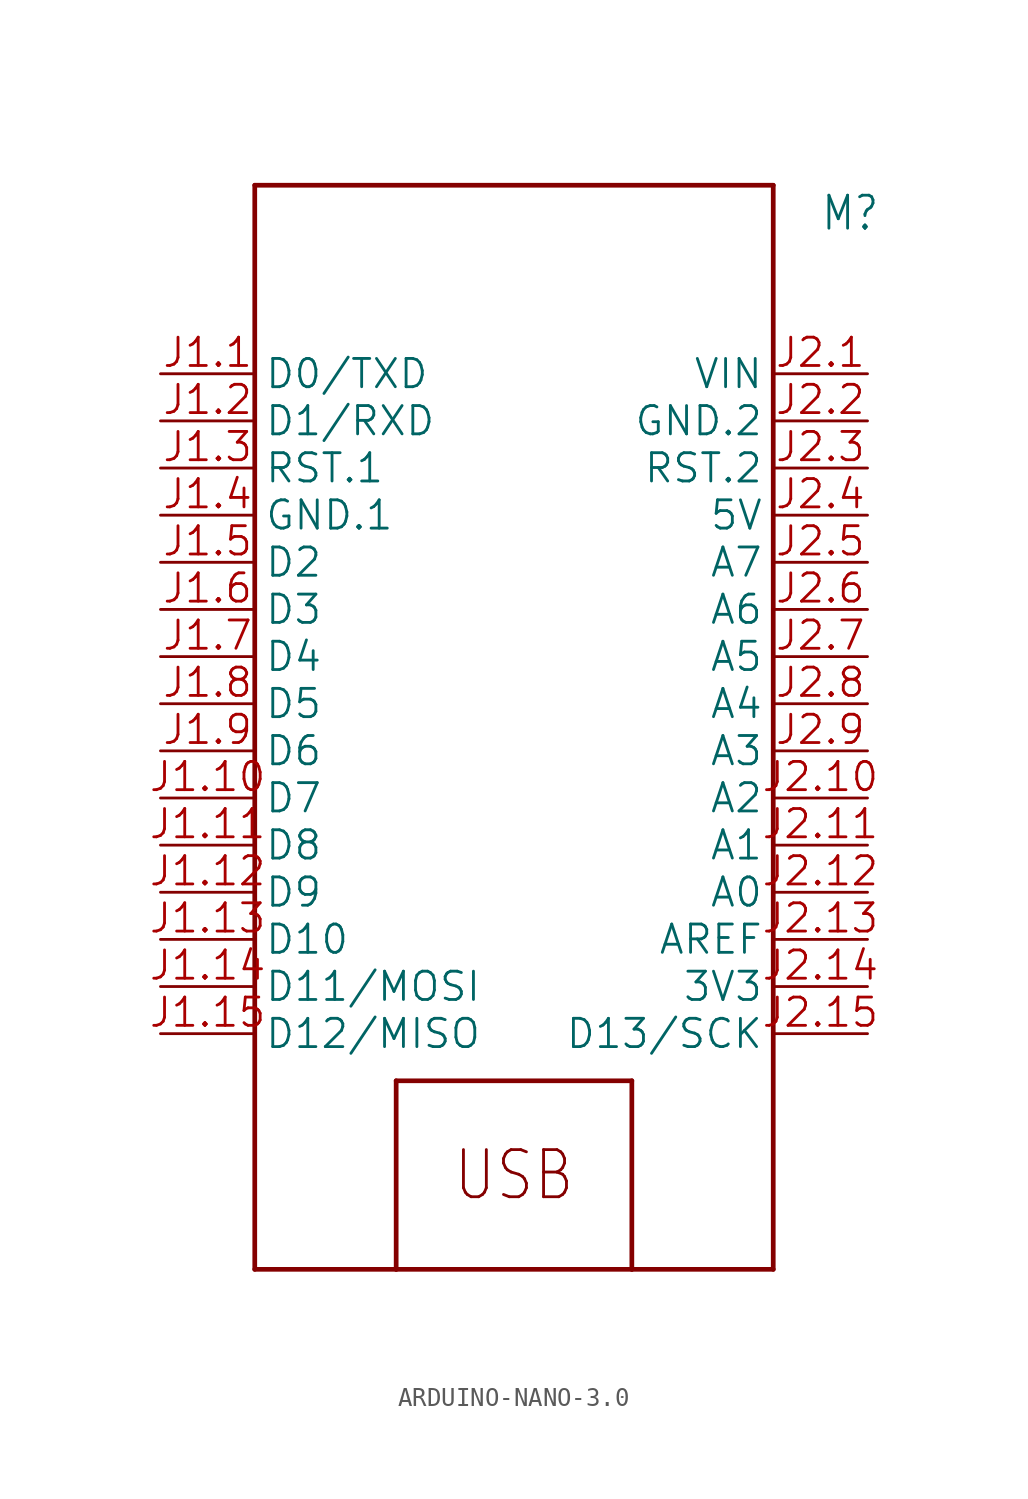
<source format=kicad_sym>
(kicad_symbol_lib
  (version 20241209)
  (generator "kicad_symbol_editor")
  (generator_version "9.0")
  (symbol "ARDUINO-NANO-3.0"
    (property "Reference" "M"
      (at 15.24 25.4 0)
      (effects (font (size 1.778 1.511)) (justify left bottom)))
    (property "Value" ""
      (at 15.24 22.86 0)
      (effects (font (size 1.778 1.511)) (justify left bottom)))
    (property "ki_locked" ""
      (at 0 0 0)
      (effects (font (size 1.27 1.27))))
    (symbol "ARDUINO-NANO-3.0_1_0"
      (polyline (pts (xy -15.24 27.94) (xy 12.7 27.94)) (stroke (width 0.254) (type solid)) (fill (type none)))
      (polyline (pts (xy -15.24 -30.48) (xy -15.24 27.94)) (stroke (width 0.254) (type solid)) (fill (type none)))
      (polyline (pts (xy -7.62 -20.32) (xy 5.08 -20.32)) (stroke (width 0.254) (type solid)) (fill (type none)))
      (polyline (pts (xy -7.62 -30.48) (xy -15.24 -30.48)) (stroke (width 0.254) (type solid)) (fill (type none)))
      (polyline (pts (xy -7.62 -30.48) (xy -7.62 -20.32)) (stroke (width 0.254) (type solid)) (fill (type none)))
      (polyline (pts (xy 5.08 -20.32) (xy 5.08 -30.48)) (stroke (width 0.254) (type solid)) (fill (type none)))
      (polyline (pts (xy 5.08 -30.48) (xy -7.62 -30.48)) (stroke (width 0.254) (type solid)) (fill (type none)))
      (polyline (pts (xy 12.7 27.94) (xy 12.7 -30.48)) (stroke (width 0.254) (type solid)) (fill (type none)))
      (polyline (pts (xy 12.7 -30.48) (xy 5.08 -30.48)) (stroke (width 0.254) (type solid)) (fill (type none)))
      (text "USB" (at -1.27 -25.4 0) (effects (font (size 2.54 2.159))))
      (pin bidirectional line (at -20.32 17.78 0) (length 5.08) (name "D0/TXD" (effects (font (size 1.524 1.524)))) (number "J1.1" (effects (font (size 1.524 1.524)))))
      (pin bidirectional line (at -20.32 15.24 0) (length 5.08) (name "D1/RXD" (effects (font (size 1.524 1.524)))) (number "J1.2" (effects (font (size 1.524 1.524)))))
      (pin bidirectional line (at -20.32 12.7 0) (length 5.08) (name "RST.1" (effects (font (size 1.524 1.524)))) (number "J1.3" (effects (font (size 1.524 1.524)))))
      (pin power_in line (at -20.32 10.16 0) (length 5.08) (name "GND.1" (effects (font (size 1.524 1.524)))) (number "J1.4" (effects (font (size 1.524 1.524)))))
      (pin bidirectional line (at -20.32 7.62 0) (length 5.08) (name "D2" (effects (font (size 1.524 1.524)))) (number "J1.5" (effects (font (size 1.524 1.524)))))
      (pin bidirectional line (at -20.32 5.08 0) (length 5.08) (name "D3" (effects (font (size 1.524 1.524)))) (number "J1.6" (effects (font (size 1.524 1.524)))))
      (pin bidirectional line (at -20.32 2.54 0) (length 5.08) (name "D4" (effects (font (size 1.524 1.524)))) (number "J1.7" (effects (font (size 1.524 1.524)))))
      (pin bidirectional line (at -20.32 0 0) (length 5.08) (name "D5" (effects (font (size 1.524 1.524)))) (number "J1.8" (effects (font (size 1.524 1.524)))))
      (pin bidirectional line (at -20.32 -2.54 0) (length 5.08) (name "D6" (effects (font (size 1.524 1.524)))) (number "J1.9" (effects (font (size 1.524 1.524)))))
      (pin bidirectional line (at -20.32 -5.08 0) (length 5.08) (name "D7" (effects (font (size 1.524 1.524)))) (number "J1.10" (effects (font (size 1.524 1.524)))))
      (pin bidirectional line (at -20.32 -7.62 0) (length 5.08) (name "D8" (effects (font (size 1.524 1.524)))) (number "J1.11" (effects (font (size 1.524 1.524)))))
      (pin bidirectional line (at -20.32 -10.16 0) (length 5.08) (name "D9" (effects (font (size 1.524 1.524)))) (number "J1.12" (effects (font (size 1.524 1.524)))))
      (pin bidirectional line (at -20.32 -12.7 0) (length 5.08) (name "D10" (effects (font (size 1.524 1.524)))) (number "J1.13" (effects (font (size 1.524 1.524)))))
      (pin bidirectional line (at -20.32 -15.24 0) (length 5.08) (name "D11/MOSI" (effects (font (size 1.524 1.524)))) (number "J1.14" (effects (font (size 1.524 1.524)))))
      (pin bidirectional line (at -20.32 -17.78 0) (length 5.08) (name "D12/MISO" (effects (font (size 1.524 1.524)))) (number "J1.15" (effects (font (size 1.524 1.524)))))
      (pin power_in line (at 17.78 17.78 180) (length 5.08) (name "VIN" (effects (font (size 1.524 1.524)))) (number "J2.1" (effects (font (size 1.524 1.524)))))
      (pin power_in line (at 17.78 15.24 180) (length 5.08) (name "GND.2" (effects (font (size 1.524 1.524)))) (number "J2.2" (effects (font (size 1.524 1.524)))))
      (pin bidirectional line (at 17.78 12.7 180) (length 5.08) (name "RST.2" (effects (font (size 1.524 1.524)))) (number "J2.3" (effects (font (size 1.524 1.524)))))
      (pin power_in line (at 17.78 10.16 180) (length 5.08) (name "5V" (effects (font (size 1.524 1.524)))) (number "J2.4" (effects (font (size 1.524 1.524)))))
      (pin bidirectional line (at 17.78 7.62 180) (length 5.08) (name "A7" (effects (font (size 1.524 1.524)))) (number "J2.5" (effects (font (size 1.524 1.524)))))
      (pin bidirectional line (at 17.78 5.08 180) (length 5.08) (name "A6" (effects (font (size 1.524 1.524)))) (number "J2.6" (effects (font (size 1.524 1.524)))))
      (pin bidirectional line (at 17.78 2.54 180) (length 5.08) (name "A5" (effects (font (size 1.524 1.524)))) (number "J2.7" (effects (font (size 1.524 1.524)))))
      (pin bidirectional line (at 17.78 0 180) (length 5.08) (name "A4" (effects (font (size 1.524 1.524)))) (number "J2.8" (effects (font (size 1.524 1.524)))))
      (pin bidirectional line (at 17.78 -2.54 180) (length 5.08) (name "A3" (effects (font (size 1.524 1.524)))) (number "J2.9" (effects (font (size 1.524 1.524)))))
      (pin bidirectional line (at 17.78 -5.08 180) (length 5.08) (name "A2" (effects (font (size 1.524 1.524)))) (number "J2.10" (effects (font (size 1.524 1.524)))))
      (pin bidirectional line (at 17.78 -7.62 180) (length 5.08) (name "A1" (effects (font (size 1.524 1.524)))) (number "J2.11" (effects (font (size 1.524 1.524)))))
      (pin bidirectional line (at 17.78 -10.16 180) (length 5.08) (name "A0" (effects (font (size 1.524 1.524)))) (number "J2.12" (effects (font (size 1.524 1.524)))))
      (pin bidirectional line (at 17.78 -12.7 180) (length 5.08) (name "AREF" (effects (font (size 1.524 1.524)))) (number "J2.13" (effects (font (size 1.524 1.524)))))
      (pin power_in line (at 17.78 -15.24 180) (length 5.08) (name "3V3" (effects (font (size 1.524 1.524)))) (number "J2.14" (effects (font (size 1.524 1.524)))))
      (pin bidirectional line (at 17.78 -17.78 180) (length 5.08) (name "D13/SCK" (effects (font (size 1.524 1.524)))) (number "J2.15" (effects (font (size 1.524 1.524))))))))
</source>
